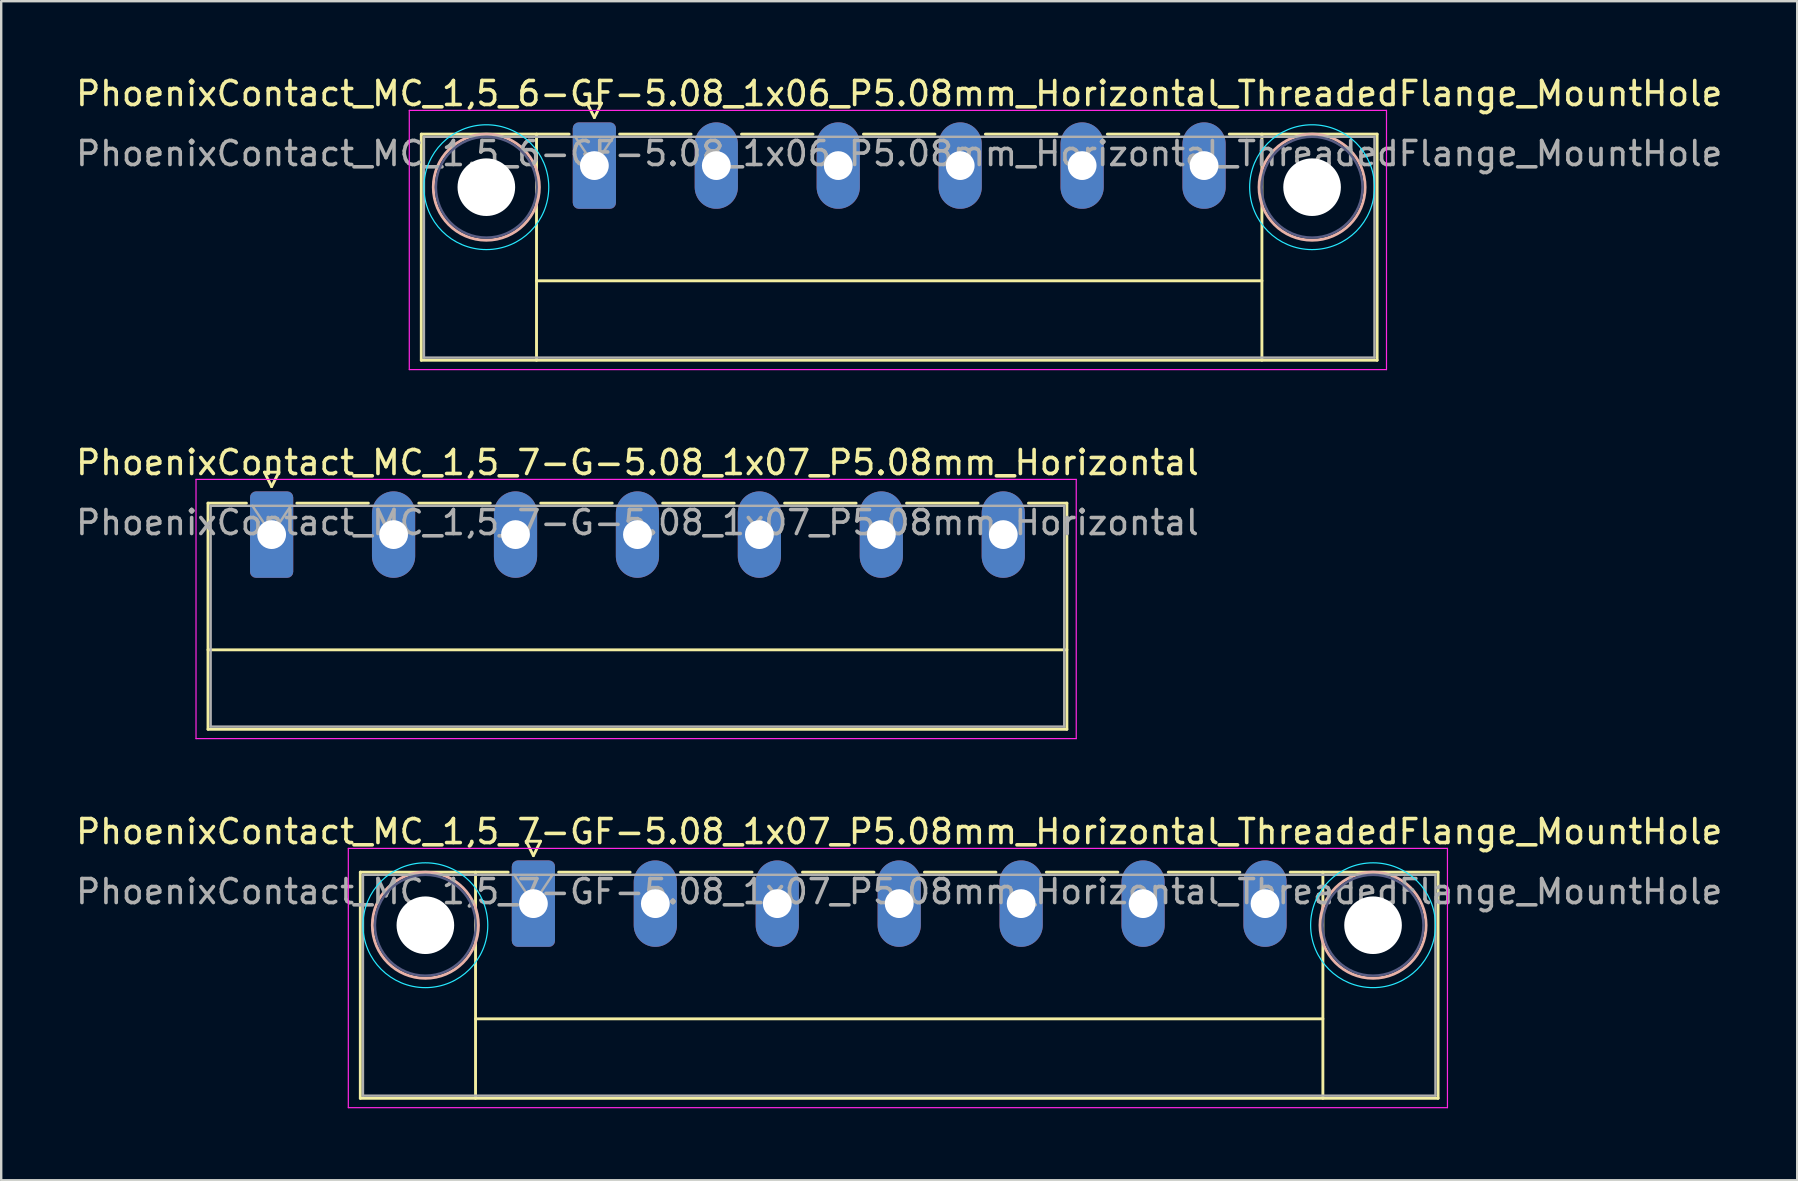
<source format=kicad_pcb>
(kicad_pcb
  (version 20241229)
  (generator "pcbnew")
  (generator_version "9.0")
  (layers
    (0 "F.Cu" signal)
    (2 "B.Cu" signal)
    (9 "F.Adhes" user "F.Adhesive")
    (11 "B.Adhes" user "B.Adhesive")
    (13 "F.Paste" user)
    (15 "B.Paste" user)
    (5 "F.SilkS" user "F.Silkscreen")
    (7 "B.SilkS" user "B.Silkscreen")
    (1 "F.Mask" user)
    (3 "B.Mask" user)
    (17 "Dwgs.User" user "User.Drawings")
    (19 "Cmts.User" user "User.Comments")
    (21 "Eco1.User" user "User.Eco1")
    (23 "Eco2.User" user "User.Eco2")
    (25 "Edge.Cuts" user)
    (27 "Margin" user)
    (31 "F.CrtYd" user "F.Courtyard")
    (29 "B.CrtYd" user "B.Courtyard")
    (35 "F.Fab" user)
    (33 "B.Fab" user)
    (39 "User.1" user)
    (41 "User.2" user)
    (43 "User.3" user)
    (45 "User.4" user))
  (footprint "PhoenixContact_MC_1,5_6-GF-5.08_1x06_P5.08mm_Horizontal_ThreadedFlange_MountHole"
    (layer "F.Cu")
    (at 21.711 3.848)
    (property "Reference" "PhoenixContact_MC_1,5_6-GF-5.08_1x06_P5.08mm_Horizontal_ThreadedFlange_MountHole" (at 12.7 -3 0) (layer "F.SilkS") (effects (font (size 1 1) (thickness 0.15))))
    (attr through_hole)
    (fp_line (start -7.21 -1.31) (end -7.21 8.11) (stroke (width 0.12) (type solid)) (layer "F.SilkS"))
    (fp_line (start -7.21 -1.31) (end -1.05 -1.31) (stroke (width 0.12) (type solid)) (layer "F.SilkS"))
    (fp_line (start -7.21 8.11) (end 32.61 8.11) (stroke (width 0.12) (type solid)) (layer "F.SilkS"))
    (fp_line (start -2.41 -1.31) (end -2.41 8.11) (stroke (width 0.12) (type solid)) (layer "F.SilkS"))
    (fp_line (start -2.41 4.8) (end 27.81 4.8) (stroke (width 0.12) (type solid)) (layer "F.SilkS"))
    (fp_line (start -0.3 -2.6) (end 0.3 -2.6) (stroke (width 0.12) (type solid)) (layer "F.SilkS"))
    (fp_line (start 0 -2) (end -0.3 -2.6) (stroke (width 0.12) (type solid)) (layer "F.SilkS"))
    (fp_line (start 0.3 -2.6) (end 0 -2) (stroke (width 0.12) (type solid)) (layer "F.SilkS"))
    (fp_line (start 1.05 -1.31) (end 4.03 -1.31) (stroke (width 0.12) (type solid)) (layer "F.SilkS"))
    (fp_line (start 6.13 -1.31) (end 9.11 -1.31) (stroke (width 0.12) (type solid)) (layer "F.SilkS"))
    (fp_line (start 11.21 -1.31) (end 14.19 -1.31) (stroke (width 0.12) (type solid)) (layer "F.SilkS"))
    (fp_line (start 16.29 -1.31) (end 19.27 -1.31) (stroke (width 0.12) (type solid)) (layer "F.SilkS"))
    (fp_line (start 21.37 -1.31) (end 24.35 -1.31) (stroke (width 0.12) (type solid)) (layer "F.SilkS"))
    (fp_line (start 27.81 -1.31) (end 27.81 8.11) (stroke (width 0.12) (type solid)) (layer "F.SilkS"))
    (fp_line (start 32.61 -1.31) (end 26.45 -1.31) (stroke (width 0.12) (type solid)) (layer "F.SilkS"))
    (fp_line (start 32.61 8.11) (end 32.61 -1.31) (stroke (width 0.12) (type solid)) (layer "F.SilkS"))
    (fp_circle (center -4.5 0.9) (end -2.29 0.9) (stroke (width 0.12) (type solid)) (fill no) (layer "B.SilkS"))
    (fp_circle (center 29.9 0.9) (end 32.11 0.9) (stroke (width 0.12) (type solid)) (fill no) (layer "B.SilkS"))
    (fp_circle (center -4.5 0.9) (end -1.9 0.9) (stroke (width 0.05) (type solid)) (fill no) (layer "B.CrtYd"))
    (fp_circle (center 29.9 0.9) (end 32.5 0.9) (stroke (width 0.05) (type solid)) (fill no) (layer "B.CrtYd"))
    (fp_line (start -7.71 -2.3) (end -7.71 8.5) (stroke (width 0.05) (type solid)) (layer "F.CrtYd"))
    (fp_line (start -7.71 8.5) (end 33 8.5) (stroke (width 0.05) (type solid)) (layer "F.CrtYd"))
    (fp_line (start 33 -2.3) (end -7.71 -2.3) (stroke (width 0.05) (type solid)) (layer "F.CrtYd"))
    (fp_line (start 33 8.5) (end 33 -2.3) (stroke (width 0.05) (type solid)) (layer "F.CrtYd"))
    (fp_circle (center -4.5 0.9) (end -2.4 0.9) (stroke (width 0.1) (type solid)) (fill no) (layer "B.Fab"))
    (fp_circle (center 29.9 0.9) (end 32 0.9) (stroke (width 0.1) (type solid)) (fill no) (layer "B.Fab"))
    (fp_line (start -7.1 -1.2) (end -7.1 8) (stroke (width 0.1) (type solid)) (layer "F.Fab"))
    (fp_line (start -7.1 8) (end 32.5 8) (stroke (width 0.1) (type solid)) (layer "F.Fab"))
    (fp_line (start 0 0) (end -0.8 -1.2) (stroke (width 0.1) (type solid)) (layer "F.Fab"))
    (fp_line (start 0.8 -1.2) (end 0 0) (stroke (width 0.1) (type solid)) (layer "F.Fab"))
    (fp_line (start 32.5 -1.2) (end -7.1 -1.2) (stroke (width 0.1) (type solid)) (layer "F.Fab"))
    (fp_line (start 32.5 8) (end 32.5 -1.2) (stroke (width 0.1) (type solid)) (layer "F.Fab"))
    (fp_text user "${REFERENCE}" (at 12.7 -0.5 0) (layer "F.Fab") (effects (font (size 1 1) (thickness 0.15))))
    (pad "" np_thru_hole circle (at -4.5 0.9) (size 2.4 2.4) (drill 2.4) (layers "*.Cu" "*.Mask"))
    (pad "" np_thru_hole circle (at 29.9 0.9) (size 2.4 2.4) (drill 2.4) (layers "*.Cu" "*.Mask"))
    (pad "1" thru_hole roundrect (at 0 0) (size 1.8 3.6) (drill 1.2) (layers "*.Cu" "*.Mask") (roundrect_rratio 0.139))
    (pad "2" thru_hole oval (at 5.08 0) (size 1.8 3.6) (drill 1.2) (layers "*.Cu" "*.Mask"))
    (pad "3" thru_hole oval (at 10.16 0) (size 1.8 3.6) (drill 1.2) (layers "*.Cu" "*.Mask"))
    (pad "4" thru_hole oval (at 15.24 0) (size 1.8 3.6) (drill 1.2) (layers "*.Cu" "*.Mask"))
    (pad "5" thru_hole oval (at 20.32 0) (size 1.8 3.6) (drill 1.2) (layers "*.Cu" "*.Mask"))
    (pad "6" thru_hole oval (at 25.4 0) (size 1.8 3.6) (drill 1.2) (layers "*.Cu" "*.Mask")))
  (footprint "PhoenixContact_MC_1,5_7-GF-5.08_1x07_P5.08mm_Horizontal_ThreadedFlange_MountHole"
    (layer "F.Cu")
    (at 19.171 34.595)
    (property "Reference" "PhoenixContact_MC_1,5_7-GF-5.08_1x07_P5.08mm_Horizontal_ThreadedFlange_MountHole" (at 15.24 -3 0) (layer "F.SilkS") (effects (font (size 1 1) (thickness 0.15))))
    (attr through_hole)
    (fp_line (start -7.21 -1.31) (end -7.21 8.11) (stroke (width 0.12) (type solid)) (layer "F.SilkS"))
    (fp_line (start -7.21 -1.31) (end -1.05 -1.31) (stroke (width 0.12) (type solid)) (layer "F.SilkS"))
    (fp_line (start -7.21 8.11) (end 37.69 8.11) (stroke (width 0.12) (type solid)) (layer "F.SilkS"))
    (fp_line (start -2.41 -1.31) (end -2.41 8.11) (stroke (width 0.12) (type solid)) (layer "F.SilkS"))
    (fp_line (start -2.41 4.8) (end 32.89 4.8) (stroke (width 0.12) (type solid)) (layer "F.SilkS"))
    (fp_line (start -0.3 -2.6) (end 0.3 -2.6) (stroke (width 0.12) (type solid)) (layer "F.SilkS"))
    (fp_line (start 0 -2) (end -0.3 -2.6) (stroke (width 0.12) (type solid)) (layer "F.SilkS"))
    (fp_line (start 0.3 -2.6) (end 0 -2) (stroke (width 0.12) (type solid)) (layer "F.SilkS"))
    (fp_line (start 1.05 -1.31) (end 4.03 -1.31) (stroke (width 0.12) (type solid)) (layer "F.SilkS"))
    (fp_line (start 6.13 -1.31) (end 9.11 -1.31) (stroke (width 0.12) (type solid)) (layer "F.SilkS"))
    (fp_line (start 11.21 -1.31) (end 14.19 -1.31) (stroke (width 0.12) (type solid)) (layer "F.SilkS"))
    (fp_line (start 16.29 -1.31) (end 19.27 -1.31) (stroke (width 0.12) (type solid)) (layer "F.SilkS"))
    (fp_line (start 21.37 -1.31) (end 24.35 -1.31) (stroke (width 0.12) (type solid)) (layer "F.SilkS"))
    (fp_line (start 26.45 -1.31) (end 29.43 -1.31) (stroke (width 0.12) (type solid)) (layer "F.SilkS"))
    (fp_line (start 32.89 -1.31) (end 32.89 8.11) (stroke (width 0.12) (type solid)) (layer "F.SilkS"))
    (fp_line (start 37.69 -1.31) (end 31.53 -1.31) (stroke (width 0.12) (type solid)) (layer "F.SilkS"))
    (fp_line (start 37.69 8.11) (end 37.69 -1.31) (stroke (width 0.12) (type solid)) (layer "F.SilkS"))
    (fp_circle (center -4.5 0.9) (end -2.29 0.9) (stroke (width 0.12) (type solid)) (fill no) (layer "B.SilkS"))
    (fp_circle (center 34.98 0.9) (end 37.19 0.9) (stroke (width 0.12) (type solid)) (fill no) (layer "B.SilkS"))
    (fp_circle (center -4.5 0.9) (end -1.9 0.9) (stroke (width 0.05) (type solid)) (fill no) (layer "B.CrtYd"))
    (fp_circle (center 34.98 0.9) (end 37.58 0.9) (stroke (width 0.05) (type solid)) (fill no) (layer "B.CrtYd"))
    (fp_line (start -7.71 -2.3) (end -7.71 8.5) (stroke (width 0.05) (type solid)) (layer "F.CrtYd"))
    (fp_line (start -7.71 8.5) (end 38.08 8.5) (stroke (width 0.05) (type solid)) (layer "F.CrtYd"))
    (fp_line (start 38.08 -2.3) (end -7.71 -2.3) (stroke (width 0.05) (type solid)) (layer "F.CrtYd"))
    (fp_line (start 38.08 8.5) (end 38.08 -2.3) (stroke (width 0.05) (type solid)) (layer "F.CrtYd"))
    (fp_circle (center -4.5 0.9) (end -2.4 0.9) (stroke (width 0.1) (type solid)) (fill no) (layer "B.Fab"))
    (fp_circle (center 34.98 0.9) (end 37.08 0.9) (stroke (width 0.1) (type solid)) (fill no) (layer "B.Fab"))
    (fp_line (start -7.1 -1.2) (end -7.1 8) (stroke (width 0.1) (type solid)) (layer "F.Fab"))
    (fp_line (start -7.1 8) (end 37.58 8) (stroke (width 0.1) (type solid)) (layer "F.Fab"))
    (fp_line (start 0 0) (end -0.8 -1.2) (stroke (width 0.1) (type solid)) (layer "F.Fab"))
    (fp_line (start 0.8 -1.2) (end 0 0) (stroke (width 0.1) (type solid)) (layer "F.Fab"))
    (fp_line (start 37.58 -1.2) (end -7.1 -1.2) (stroke (width 0.1) (type solid)) (layer "F.Fab"))
    (fp_line (start 37.58 8) (end 37.58 -1.2) (stroke (width 0.1) (type solid)) (layer "F.Fab"))
    (fp_text user "${REFERENCE}" (at 15.24 -0.5 0) (layer "F.Fab") (effects (font (size 1 1) (thickness 0.15))))
    (pad "" np_thru_hole circle (at -4.5 0.9) (size 2.4 2.4) (drill 2.4) (layers "*.Cu" "*.Mask"))
    (pad "" np_thru_hole circle (at 34.98 0.9) (size 2.4 2.4) (drill 2.4) (layers "*.Cu" "*.Mask"))
    (pad "1" thru_hole roundrect (at 0 0) (size 1.8 3.6) (drill 1.2) (layers "*.Cu" "*.Mask") (roundrect_rratio 0.139))
    (pad "2" thru_hole oval (at 5.08 0) (size 1.8 3.6) (drill 1.2) (layers "*.Cu" "*.Mask"))
    (pad "3" thru_hole oval (at 10.16 0) (size 1.8 3.6) (drill 1.2) (layers "*.Cu" "*.Mask"))
    (pad "4" thru_hole oval (at 15.24 0) (size 1.8 3.6) (drill 1.2) (layers "*.Cu" "*.Mask"))
    (pad "5" thru_hole oval (at 20.32 0) (size 1.8 3.6) (drill 1.2) (layers "*.Cu" "*.Mask"))
    (pad "6" thru_hole oval (at 25.4 0) (size 1.8 3.6) (drill 1.2) (layers "*.Cu" "*.Mask"))
    (pad "7" thru_hole oval (at 30.48 0) (size 1.8 3.6) (drill 1.2) (layers "*.Cu" "*.Mask")))
  (footprint "PhoenixContact_MC_1,5_7-G-5.08_1x07_P5.08mm_Horizontal"
    (layer "F.Cu")
    (at 8.266 19.221)
    (property "Reference" "PhoenixContact_MC_1,5_7-G-5.08_1x07_P5.08mm_Horizontal" (at 15.24 -3 0) (layer "F.SilkS") (effects (font (size 1 1) (thickness 0.15))))
    (attr through_hole)
    (fp_line (start -2.65 -1.31) (end -2.65 8.11) (stroke (width 0.12) (type solid)) (layer "F.SilkS"))
    (fp_line (start -2.65 -1.31) (end -1.05 -1.31) (stroke (width 0.12) (type solid)) (layer "F.SilkS"))
    (fp_line (start -2.65 4.8) (end 33.13 4.8) (stroke (width 0.12) (type solid)) (layer "F.SilkS"))
    (fp_line (start -2.65 8.11) (end 33.13 8.11) (stroke (width 0.12) (type solid)) (layer "F.SilkS"))
    (fp_line (start -0.3 -2.6) (end 0.3 -2.6) (stroke (width 0.12) (type solid)) (layer "F.SilkS"))
    (fp_line (start 0 -2) (end -0.3 -2.6) (stroke (width 0.12) (type solid)) (layer "F.SilkS"))
    (fp_line (start 0.3 -2.6) (end 0 -2) (stroke (width 0.12) (type solid)) (layer "F.SilkS"))
    (fp_line (start 1.05 -1.31) (end 4.03 -1.31) (stroke (width 0.12) (type solid)) (layer "F.SilkS"))
    (fp_line (start 6.13 -1.31) (end 9.11 -1.31) (stroke (width 0.12) (type solid)) (layer "F.SilkS"))
    (fp_line (start 11.21 -1.31) (end 14.19 -1.31) (stroke (width 0.12) (type solid)) (layer "F.SilkS"))
    (fp_line (start 16.29 -1.31) (end 19.27 -1.31) (stroke (width 0.12) (type solid)) (layer "F.SilkS"))
    (fp_line (start 21.37 -1.31) (end 24.35 -1.31) (stroke (width 0.12) (type solid)) (layer "F.SilkS"))
    (fp_line (start 26.45 -1.31) (end 29.43 -1.31) (stroke (width 0.12) (type solid)) (layer "F.SilkS"))
    (fp_line (start 33.13 -1.31) (end 31.53 -1.31) (stroke (width 0.12) (type solid)) (layer "F.SilkS"))
    (fp_line (start 33.13 8.11) (end 33.13 -1.31) (stroke (width 0.12) (type solid)) (layer "F.SilkS"))
    (fp_line (start -3.15 -2.3) (end -3.15 8.5) (stroke (width 0.05) (type solid)) (layer "F.CrtYd"))
    (fp_line (start -3.15 8.5) (end 33.52 8.5) (stroke (width 0.05) (type solid)) (layer "F.CrtYd"))
    (fp_line (start 33.52 -2.3) (end -3.15 -2.3) (stroke (width 0.05) (type solid)) (layer "F.CrtYd"))
    (fp_line (start 33.52 8.5) (end 33.52 -2.3) (stroke (width 0.05) (type solid)) (layer "F.CrtYd"))
    (fp_line (start -2.54 -1.2) (end -2.54 8) (stroke (width 0.1) (type solid)) (layer "F.Fab"))
    (fp_line (start -2.54 8) (end 33.02 8) (stroke (width 0.1) (type solid)) (layer "F.Fab"))
    (fp_line (start 0 0) (end -0.8 -1.2) (stroke (width 0.1) (type solid)) (layer "F.Fab"))
    (fp_line (start 0.8 -1.2) (end 0 0) (stroke (width 0.1) (type solid)) (layer "F.Fab"))
    (fp_line (start 33.02 -1.2) (end -2.54 -1.2) (stroke (width 0.1) (type solid)) (layer "F.Fab"))
    (fp_line (start 33.02 8) (end 33.02 -1.2) (stroke (width 0.1) (type solid)) (layer "F.Fab"))
    (fp_text user "${REFERENCE}" (at 15.24 -0.5 0) (layer "F.Fab") (effects (font (size 1 1) (thickness 0.15))))
    (pad "1" thru_hole roundrect (at 0 0) (size 1.8 3.6) (drill 1.2) (layers "*.Cu" "*.Mask") (roundrect_rratio 0.139))
    (pad "2" thru_hole oval (at 5.08 0) (size 1.8 3.6) (drill 1.2) (layers "*.Cu" "*.Mask"))
    (pad "3" thru_hole oval (at 10.16 0) (size 1.8 3.6) (drill 1.2) (layers "*.Cu" "*.Mask"))
    (pad "4" thru_hole oval (at 15.24 0) (size 1.8 3.6) (drill 1.2) (layers "*.Cu" "*.Mask"))
    (pad "5" thru_hole oval (at 20.32 0) (size 1.8 3.6) (drill 1.2) (layers "*.Cu" "*.Mask"))
    (pad "6" thru_hole oval (at 25.4 0) (size 1.8 3.6) (drill 1.2) (layers "*.Cu" "*.Mask"))
    (pad "7" thru_hole oval (at 30.48 0) (size 1.8 3.6) (drill 1.2) (layers "*.Cu" "*.Mask")))
  (gr_rect
    (start -3 -3)
    (end 71.821 46.12)
    (stroke (width 0.1) (type default))
    (fill no)
    (layer "Edge.Cuts")))
</source>
